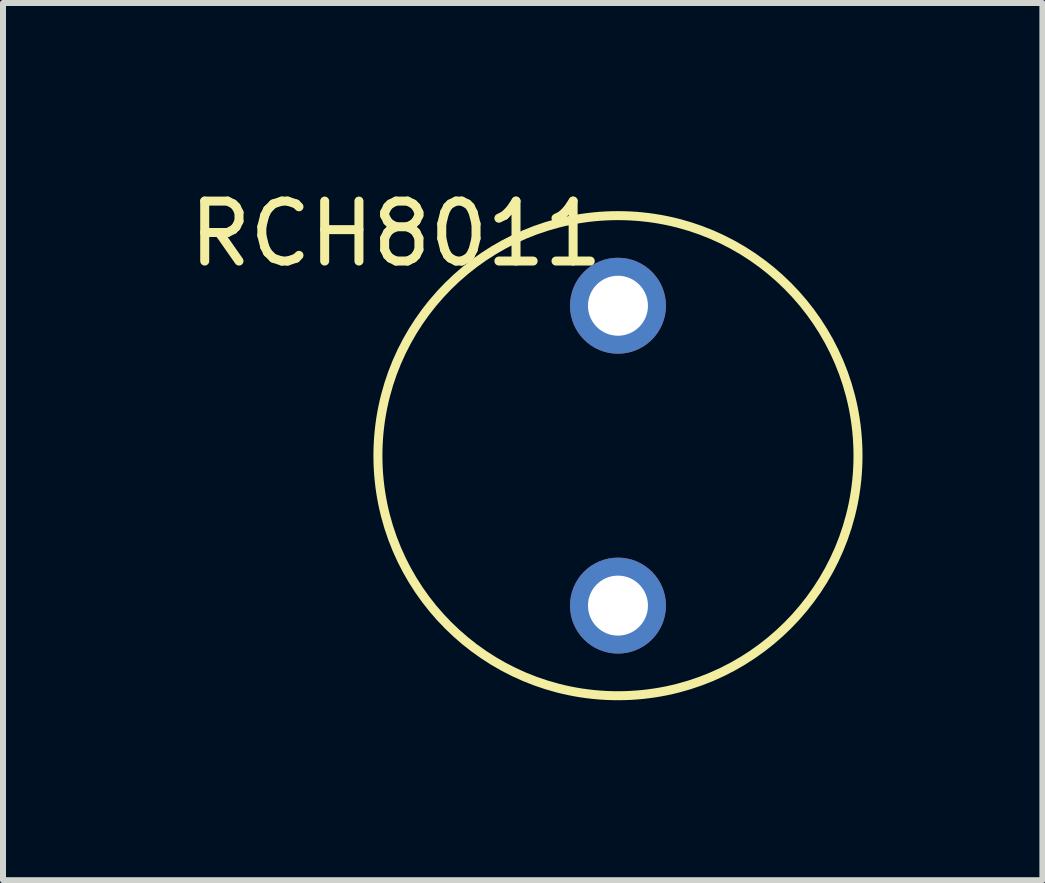
<source format=kicad_pcb>
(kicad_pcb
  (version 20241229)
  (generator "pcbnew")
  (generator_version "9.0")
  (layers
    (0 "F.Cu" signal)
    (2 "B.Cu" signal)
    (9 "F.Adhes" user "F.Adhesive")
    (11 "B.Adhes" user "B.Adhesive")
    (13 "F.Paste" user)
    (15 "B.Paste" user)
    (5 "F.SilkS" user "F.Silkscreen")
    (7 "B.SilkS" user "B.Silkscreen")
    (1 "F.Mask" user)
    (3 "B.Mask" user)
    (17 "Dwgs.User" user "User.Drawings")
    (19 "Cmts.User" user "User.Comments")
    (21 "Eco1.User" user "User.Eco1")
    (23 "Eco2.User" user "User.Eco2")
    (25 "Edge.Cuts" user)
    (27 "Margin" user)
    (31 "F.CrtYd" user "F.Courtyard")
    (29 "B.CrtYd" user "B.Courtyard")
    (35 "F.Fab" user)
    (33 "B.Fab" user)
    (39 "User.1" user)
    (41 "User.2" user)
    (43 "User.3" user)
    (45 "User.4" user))
  (footprint "RCH8011"
    (layer "F.Cu")
    (at 7.254 4.548)
    (property "Reference" "RCH8011" (at -3.7 -3.7 0) (layer "F.SilkS") (effects (font (size 1 1) (thickness 0.15))))
    (attr through_hole)
    (fp_circle (center 0 0) (end 3.9 0.9) (stroke (width 0.15) (type solid)) (fill no) (layer "F.SilkS"))
    (pad "1" thru_hole circle (at 0 -2.5) (size 1.6 1.6) (drill 1) (layers "*.Cu" "*.Mask"))
    (pad "2" thru_hole circle (at 0 2.5) (size 1.6 1.6) (drill 1) (layers "*.Cu" "*.Mask")))
  (gr_rect
    (start -3 -3)
    (end 14.331 11.626)
    (stroke (width 0.1) (type default))
    (fill no)
    (layer "Edge.Cuts")))
</source>
